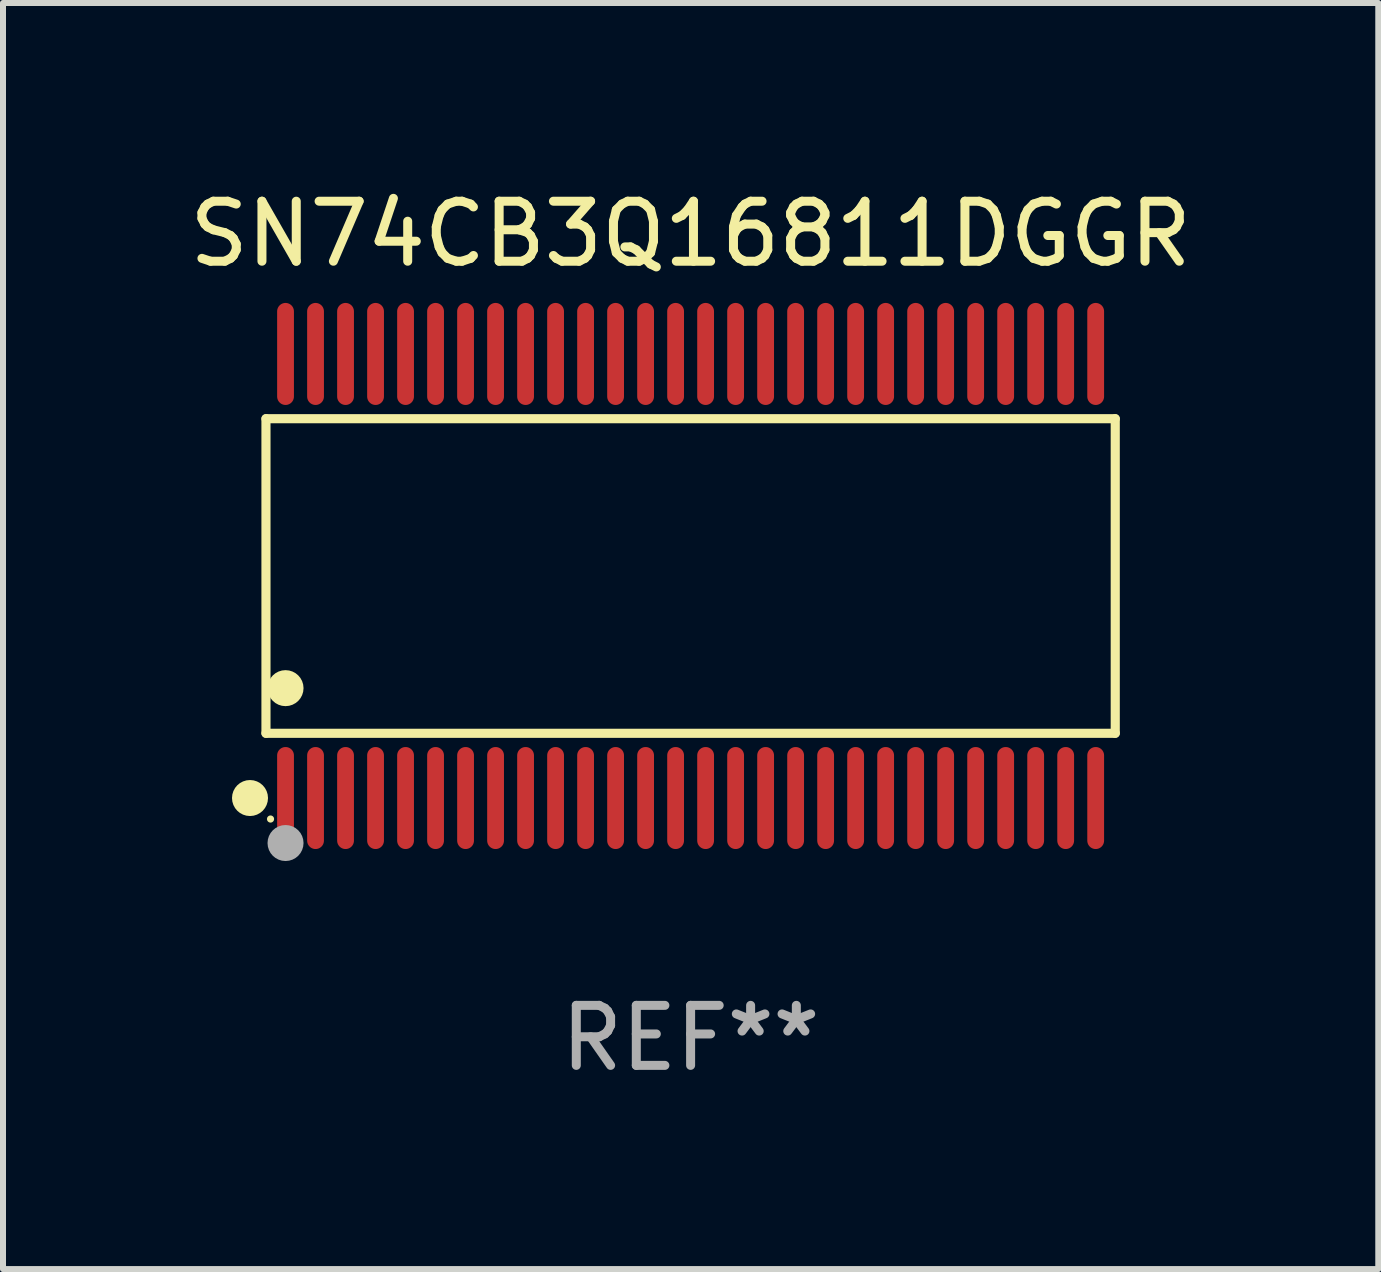
<source format=kicad_pcb>
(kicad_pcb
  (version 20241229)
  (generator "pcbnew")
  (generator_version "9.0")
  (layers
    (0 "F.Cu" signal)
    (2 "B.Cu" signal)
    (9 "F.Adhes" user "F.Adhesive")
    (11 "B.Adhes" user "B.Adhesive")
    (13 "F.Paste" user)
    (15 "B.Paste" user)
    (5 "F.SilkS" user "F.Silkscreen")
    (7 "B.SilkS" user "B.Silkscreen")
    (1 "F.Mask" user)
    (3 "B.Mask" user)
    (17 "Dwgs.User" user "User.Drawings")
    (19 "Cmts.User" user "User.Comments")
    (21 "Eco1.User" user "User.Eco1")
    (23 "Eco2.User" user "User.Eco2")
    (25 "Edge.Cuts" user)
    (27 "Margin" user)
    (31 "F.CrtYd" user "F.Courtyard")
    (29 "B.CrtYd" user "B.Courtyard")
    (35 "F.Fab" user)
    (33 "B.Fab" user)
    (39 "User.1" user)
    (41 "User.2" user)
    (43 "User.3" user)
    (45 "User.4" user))
  (footprint "SN74CB3Q16811DGGR"
    (layer "F.Cu")
    (at 8.458 6.548)
    (property "Reference" "SN74CB3Q16811DGGR" (at 0 -5.7 0) (layer "F.SilkS") (effects (font (size 1 1) (thickness 0.15))))
    (attr through_hole)
    (fp_line (start -7.076 -2.621) (end 7.076 -2.621) (stroke (width 0.152) (type solid)) (layer "F.SilkS"))
    (fp_line (start -7.076 2.621) (end -7.076 -2.621) (stroke (width 0.152) (type solid)) (layer "F.SilkS"))
    (fp_line (start 7.076 -2.621) (end 7.076 2.621) (stroke (width 0.152) (type solid)) (layer "F.SilkS"))
    (fp_line (start 7.076 2.621) (end -7.076 2.621) (stroke (width 0.152) (type solid)) (layer "F.SilkS"))
    (fp_circle (center -7.342 3.7) (end -7.192 3.7) (stroke (width 0.3) (type solid)) (fill no) (layer "F.SilkS"))
    (fp_circle (center -7 4.05) (end -6.97 4.05) (stroke (width 0.06) (type solid)) (fill no) (layer "F.SilkS"))
    (fp_circle (center -6.75 1.869) (end -6.6 1.869) (stroke (width 0.3) (type solid)) (fill no) (layer "F.SilkS"))
    (fp_circle (center -6.75 4.45) (end -6.6 4.45) (stroke (width 0.3) (type solid)) (fill no) (layer "F.Fab"))
    (fp_text user "REF**" (at 0 7.7 0) (layer "F.Fab") (effects (font (size 1 1) (thickness 0.15))))
    (pad "1" smd oval (at -6.75 3.7) (size 0.28 1.7) (layers "F.Cu" "F.Mask" "F.Paste"))
    (pad "2" smd oval (at -6.25 3.7) (size 0.28 1.7) (layers "F.Cu" "F.Mask" "F.Paste"))
    (pad "3" smd oval (at -5.75 3.7) (size 0.28 1.7) (layers "F.Cu" "F.Mask" "F.Paste"))
    (pad "4" smd oval (at -5.25 3.7) (size 0.28 1.7) (layers "F.Cu" "F.Mask" "F.Paste"))
    (pad "5" smd oval (at -4.75 3.7) (size 0.28 1.7) (layers "F.Cu" "F.Mask" "F.Paste"))
    (pad "6" smd oval (at -4.25 3.7) (size 0.28 1.7) (layers "F.Cu" "F.Mask" "F.Paste"))
    (pad "7" smd oval (at -3.75 3.7) (size 0.28 1.7) (layers "F.Cu" "F.Mask" "F.Paste"))
    (pad "8" smd oval (at -3.25 3.7) (size 0.28 1.7) (layers "F.Cu" "F.Mask" "F.Paste"))
    (pad "9" smd oval (at -2.75 3.7) (size 0.28 1.7) (layers "F.Cu" "F.Mask" "F.Paste"))
    (pad "10" smd oval (at -2.25 3.7) (size 0.28 1.7) (layers "F.Cu" "F.Mask" "F.Paste"))
    (pad "11" smd oval (at -1.75 3.7) (size 0.28 1.7) (layers "F.Cu" "F.Mask" "F.Paste"))
    (pad "12" smd oval (at -1.25 3.7) (size 0.28 1.7) (layers "F.Cu" "F.Mask" "F.Paste"))
    (pad "13" smd oval (at -0.75 3.7) (size 0.28 1.7) (layers "F.Cu" "F.Mask" "F.Paste"))
    (pad "14" smd oval (at -0.25 3.7) (size 0.28 1.7) (layers "F.Cu" "F.Mask" "F.Paste"))
    (pad "15" smd oval (at 0.25 3.7) (size 0.28 1.7) (layers "F.Cu" "F.Mask" "F.Paste"))
    (pad "16" smd oval (at 0.75 3.7) (size 0.28 1.7) (layers "F.Cu" "F.Mask" "F.Paste"))
    (pad "17" smd oval (at 1.25 3.7) (size 0.28 1.7) (layers "F.Cu" "F.Mask" "F.Paste"))
    (pad "18" smd oval (at 1.75 3.7) (size 0.28 1.7) (layers "F.Cu" "F.Mask" "F.Paste"))
    (pad "19" smd oval (at 2.25 3.7) (size 0.28 1.7) (layers "F.Cu" "F.Mask" "F.Paste"))
    (pad "20" smd oval (at 2.75 3.7) (size 0.28 1.7) (layers "F.Cu" "F.Mask" "F.Paste"))
    (pad "21" smd oval (at 3.25 3.7) (size 0.28 1.7) (layers "F.Cu" "F.Mask" "F.Paste"))
    (pad "22" smd oval (at 3.75 3.7) (size 0.28 1.7) (layers "F.Cu" "F.Mask" "F.Paste"))
    (pad "23" smd oval (at 4.25 3.7) (size 0.28 1.7) (layers "F.Cu" "F.Mask" "F.Paste"))
    (pad "24" smd oval (at 4.75 3.7) (size 0.28 1.7) (layers "F.Cu" "F.Mask" "F.Paste"))
    (pad "25" smd oval (at 5.25 3.7) (size 0.28 1.7) (layers "F.Cu" "F.Mask" "F.Paste"))
    (pad "26" smd oval (at 5.75 3.7) (size 0.28 1.7) (layers "F.Cu" "F.Mask" "F.Paste"))
    (pad "27" smd oval (at 6.25 3.7) (size 0.28 1.7) (layers "F.Cu" "F.Mask" "F.Paste"))
    (pad "28" smd oval (at 6.75 3.7) (size 0.28 1.7) (layers "F.Cu" "F.Mask" "F.Paste"))
    (pad "29" smd oval (at 6.75 -3.7) (size 0.28 1.7) (layers "F.Cu" "F.Mask" "F.Paste"))
    (pad "30" smd oval (at 6.25 -3.7) (size 0.28 1.7) (layers "F.Cu" "F.Mask" "F.Paste"))
    (pad "31" smd oval (at 5.75 -3.7) (size 0.28 1.7) (layers "F.Cu" "F.Mask" "F.Paste"))
    (pad "32" smd oval (at 5.25 -3.7) (size 0.28 1.7) (layers "F.Cu" "F.Mask" "F.Paste"))
    (pad "33" smd oval (at 4.75 -3.7) (size 0.28 1.7) (layers "F.Cu" "F.Mask" "F.Paste"))
    (pad "34" smd oval (at 4.25 -3.7) (size 0.28 1.7) (layers "F.Cu" "F.Mask" "F.Paste"))
    (pad "35" smd oval (at 3.75 -3.7) (size 0.28 1.7) (layers "F.Cu" "F.Mask" "F.Paste"))
    (pad "36" smd oval (at 3.25 -3.7) (size 0.28 1.7) (layers "F.Cu" "F.Mask" "F.Paste"))
    (pad "37" smd oval (at 2.75 -3.7) (size 0.28 1.7) (layers "F.Cu" "F.Mask" "F.Paste"))
    (pad "38" smd oval (at 2.25 -3.7) (size 0.28 1.7) (layers "F.Cu" "F.Mask" "F.Paste"))
    (pad "39" smd oval (at 1.75 -3.7) (size 0.28 1.7) (layers "F.Cu" "F.Mask" "F.Paste"))
    (pad "40" smd oval (at 1.25 -3.7) (size 0.28 1.7) (layers "F.Cu" "F.Mask" "F.Paste"))
    (pad "41" smd oval (at 0.75 -3.7) (size 0.28 1.7) (layers "F.Cu" "F.Mask" "F.Paste"))
    (pad "42" smd oval (at 0.25 -3.7) (size 0.28 1.7) (layers "F.Cu" "F.Mask" "F.Paste"))
    (pad "43" smd oval (at -0.25 -3.7) (size 0.28 1.7) (layers "F.Cu" "F.Mask" "F.Paste"))
    (pad "44" smd oval (at -0.75 -3.7) (size 0.28 1.7) (layers "F.Cu" "F.Mask" "F.Paste"))
    (pad "45" smd oval (at -1.25 -3.7) (size 0.28 1.7) (layers "F.Cu" "F.Mask" "F.Paste"))
    (pad "46" smd oval (at -1.75 -3.7) (size 0.28 1.7) (layers "F.Cu" "F.Mask" "F.Paste"))
    (pad "47" smd oval (at -2.25 -3.7) (size 0.28 1.7) (layers "F.Cu" "F.Mask" "F.Paste"))
    (pad "48" smd oval (at -2.75 -3.7) (size 0.28 1.7) (layers "F.Cu" "F.Mask" "F.Paste"))
    (pad "49" smd oval (at -3.25 -3.7) (size 0.28 1.7) (layers "F.Cu" "F.Mask" "F.Paste"))
    (pad "50" smd oval (at -3.75 -3.7) (size 0.28 1.7) (layers "F.Cu" "F.Mask" "F.Paste"))
    (pad "51" smd oval (at -4.25 -3.7) (size 0.28 1.7) (layers "F.Cu" "F.Mask" "F.Paste"))
    (pad "52" smd oval (at -4.75 -3.7) (size 0.28 1.7) (layers "F.Cu" "F.Mask" "F.Paste"))
    (pad "53" smd oval (at -5.25 -3.7) (size 0.28 1.7) (layers "F.Cu" "F.Mask" "F.Paste"))
    (pad "54" smd oval (at -5.75 -3.7) (size 0.28 1.7) (layers "F.Cu" "F.Mask" "F.Paste"))
    (pad "55" smd oval (at -6.25 -3.7) (size 0.28 1.7) (layers "F.Cu" "F.Mask" "F.Paste"))
    (pad "56" smd oval (at -6.75 -3.7) (size 0.28 1.7) (layers "F.Cu" "F.Mask" "F.Paste")))
  (gr_rect
    (start -3 -3)
    (end 19.917 18.097)
    (stroke (width 0.1) (type default))
    (fill no)
    (layer "Edge.Cuts")))
</source>
